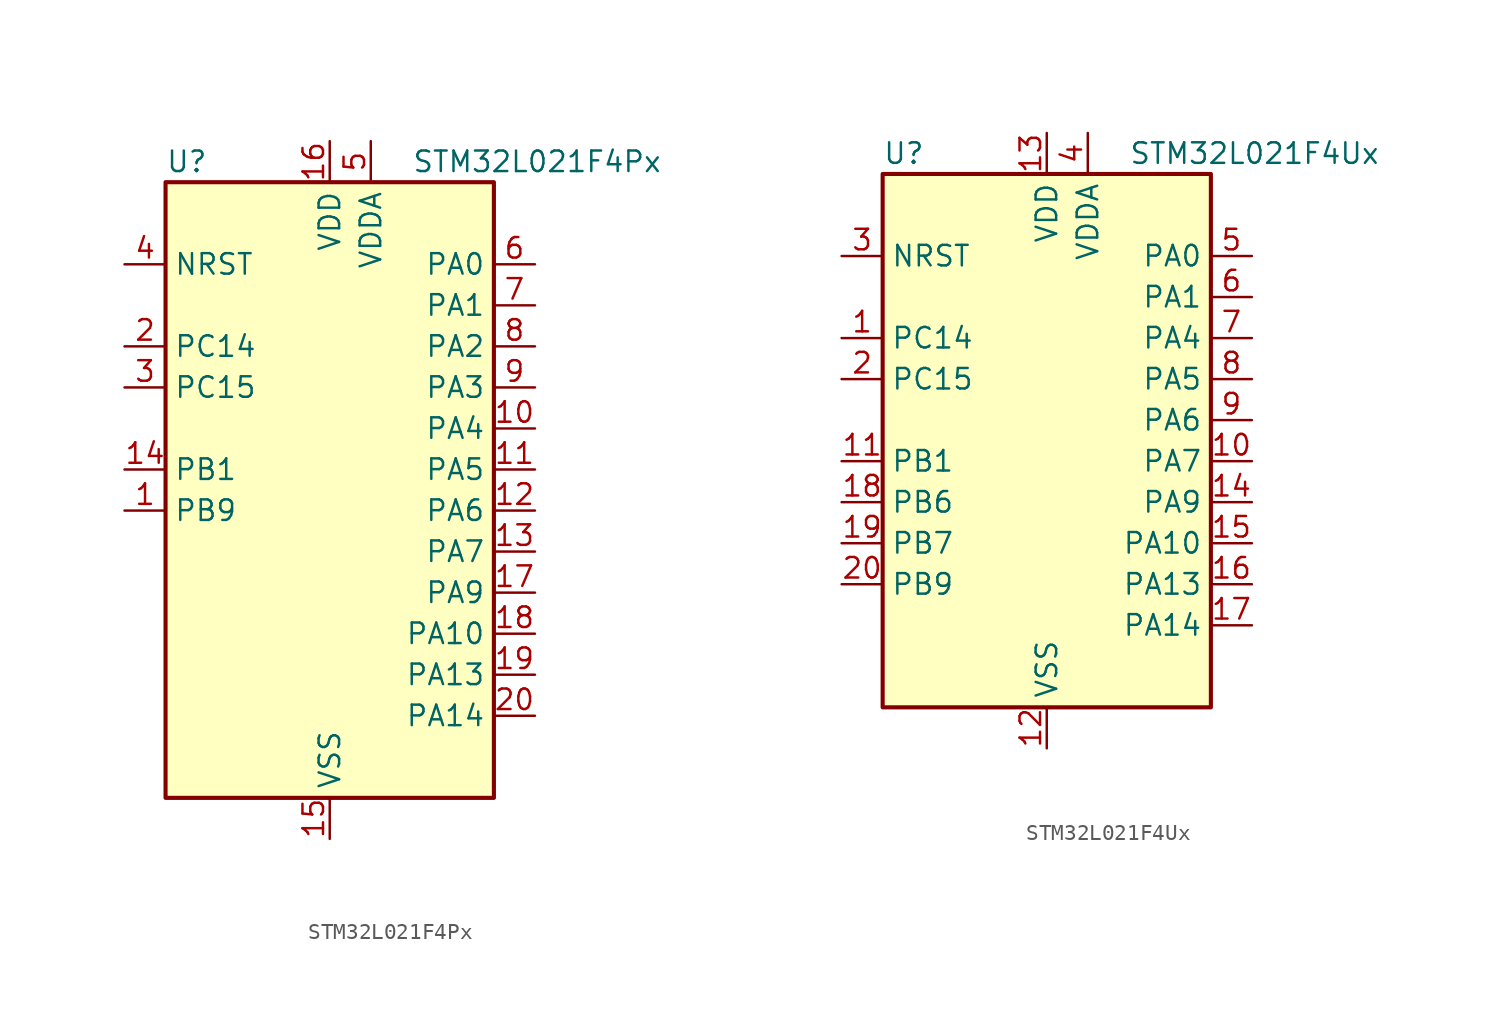
<source format=kicad_sym>
(kicad_symbol_lib
  (version 20241209)
  (generator "kicad_symbol_editor")
  (generator_version "9.0")
  (symbol "STM32L021F4Px"
    (property "Reference" "U"
      (at -10.16 21.59 0)
      (effects (font (size 1.27 1.27)) (justify left)))
    (property "Value" "STM32L021F4Px"
      (at 5.08 21.59 0)
      (effects (font (size 1.27 1.27)) (justify left)))
    (symbol "STM32L021F4Px_0_1"
      (rectangle (start -10.16 -17.78) (end 10.16 20.32) (stroke (width 0.254) (type default)) (fill (type background))))
    (symbol "STM32L021F4Px_1_1"
      (pin input line (at -12.7 15.24 0) (length 2.54) (name "NRST" (effects (font (size 1.27 1.27)))) (number "4" (effects (font (size 1.27 1.27)))))
      (pin bidirectional line (at -12.7 10.16 0) (length 2.54) (name "PC14" (effects (font (size 1.27 1.27)))) (number "2" (effects (font (size 1.27 1.27)))) (alternate "RCC_OSC32_IN" bidirectional line))
      (pin bidirectional line (at -12.7 7.62 0) (length 2.54) (name "PC15" (effects (font (size 1.27 1.27)))) (number "3" (effects (font (size 1.27 1.27)))) (alternate "RCC_OSC32_OUT" bidirectional line))
      (pin bidirectional line (at -12.7 2.54 0) (length 2.54) (name "PB1" (effects (font (size 1.27 1.27)))) (number "14" (effects (font (size 1.27 1.27)))) (alternate "ADC_IN9" bidirectional line) (alternate "LPTIM1_IN1" bidirectional line) (alternate "LPUART1_DE" bidirectional line) (alternate "LPUART1_RTS" bidirectional line) (alternate "SPI1_MOSI" bidirectional line) (alternate "SYS_VREF_OUT_PB1" bidirectional line) (alternate "TIM2_CH4" bidirectional line) (alternate "USART2_CK" bidirectional line))
      (pin bidirectional line (at -12.7 0 0) (length 2.54) (name "PB9" (effects (font (size 1.27 1.27)))) (number "1" (effects (font (size 1.27 1.27)))))
      (pin power_in line (at 0 22.86 270) (length 2.54) (name "VDD" (effects (font (size 1.27 1.27)))) (number "16" (effects (font (size 1.27 1.27)))))
      (pin power_in line (at 0 -20.32 90) (length 2.54) (name "VSS" (effects (font (size 1.27 1.27)))) (number "15" (effects (font (size 1.27 1.27)))))
      (pin power_in line (at 2.54 22.86 270) (length 2.54) (name "VDDA" (effects (font (size 1.27 1.27)))) (number "5" (effects (font (size 1.27 1.27)))))
      (pin bidirectional line (at 12.7 15.24 180) (length 2.54) (name "PA0" (effects (font (size 1.27 1.27)))) (number "6" (effects (font (size 1.27 1.27)))) (alternate "ADC_IN0" bidirectional line) (alternate "COMP1_INM" bidirectional line) (alternate "COMP1_OUT" bidirectional line) (alternate "LPTIM1_IN1" bidirectional line) (alternate "LPUART1_RX" bidirectional line) (alternate "RCC_CK_IN" bidirectional line) (alternate "RTC_TAMP2" bidirectional line) (alternate "SYS_WKUP1" bidirectional line) (alternate "TIM2_CH1" bidirectional line) (alternate "TIM2_ETR" bidirectional line) (alternate "USART2_CTS" bidirectional line) (alternate "USART2_RX" bidirectional line))
      (pin bidirectional line (at 12.7 12.7 180) (length 2.54) (name "PA1" (effects (font (size 1.27 1.27)))) (number "7" (effects (font (size 1.27 1.27)))) (alternate "ADC_IN1" bidirectional line) (alternate "COMP1_INP" bidirectional line) (alternate "I2C1_SMBA" bidirectional line) (alternate "LPTIM1_IN2" bidirectional line) (alternate "LPUART1_TX" bidirectional line) (alternate "TIM21_ETR" bidirectional line) (alternate "TIM2_CH2" bidirectional line) (alternate "USART2_DE" bidirectional line) (alternate "USART2_RTS" bidirectional line))
      (pin bidirectional line (at 12.7 10.16 180) (length 2.54) (name "PA2" (effects (font (size 1.27 1.27)))) (number "8" (effects (font (size 1.27 1.27)))) (alternate "ADC_IN2" bidirectional line) (alternate "COMP2_INM" bidirectional line) (alternate "COMP2_OUT" bidirectional line) (alternate "LPUART1_TX" bidirectional line) (alternate "RTC_OUT_ALARM" bidirectional line) (alternate "RTC_OUT_CALIB" bidirectional line) (alternate "RTC_TAMP3" bidirectional line) (alternate "RTC_TS" bidirectional line) (alternate "SYS_WKUP3" bidirectional line) (alternate "TIM21_CH1" bidirectional line) (alternate "TIM2_CH3" bidirectional line) (alternate "USART2_TX" bidirectional line))
      (pin bidirectional line (at 12.7 7.62 180) (length 2.54) (name "PA3" (effects (font (size 1.27 1.27)))) (number "9" (effects (font (size 1.27 1.27)))) (alternate "ADC_IN3" bidirectional line) (alternate "COMP2_INP" bidirectional line) (alternate "LPUART1_RX" bidirectional line) (alternate "TIM21_CH2" bidirectional line) (alternate "TIM2_CH4" bidirectional line) (alternate "USART2_RX" bidirectional line))
      (pin bidirectional line (at 12.7 5.08 180) (length 2.54) (name "PA4" (effects (font (size 1.27 1.27)))) (number "10" (effects (font (size 1.27 1.27)))) (alternate "ADC_IN4" bidirectional line) (alternate "COMP1_INM" bidirectional line) (alternate "COMP2_INM" bidirectional line) (alternate "COMP2_OUT" bidirectional line) (alternate "I2C1_SCL" bidirectional line) (alternate "LPTIM1_ETR" bidirectional line) (alternate "LPTIM1_IN1" bidirectional line) (alternate "LPUART1_TX" bidirectional line) (alternate "SPI1_NSS" bidirectional line) (alternate "TIM2_ETR" bidirectional line) (alternate "USART2_CK" bidirectional line))
      (pin bidirectional line (at 12.7 2.54 180) (length 2.54) (name "PA5" (effects (font (size 1.27 1.27)))) (number "11" (effects (font (size 1.27 1.27)))) (alternate "ADC_IN5" bidirectional line) (alternate "COMP1_INM" bidirectional line) (alternate "COMP2_INM" bidirectional line) (alternate "LPTIM1_IN2" bidirectional line) (alternate "SPI1_SCK" bidirectional line) (alternate "TIM2_CH1" bidirectional line) (alternate "TIM2_ETR" bidirectional line))
      (pin bidirectional line (at 12.7 0 180) (length 2.54) (name "PA6" (effects (font (size 1.27 1.27)))) (number "12" (effects (font (size 1.27 1.27)))) (alternate "ADC_IN6" bidirectional line) (alternate "COMP1_OUT" bidirectional line) (alternate "LPTIM1_ETR" bidirectional line) (alternate "LPUART1_CTS" bidirectional line) (alternate "SPI1_MISO" bidirectional line))
      (pin bidirectional line (at 12.7 -2.54 180) (length 2.54) (name "PA7" (effects (font (size 1.27 1.27)))) (number "13" (effects (font (size 1.27 1.27)))) (alternate "ADC_IN7" bidirectional line) (alternate "COMP2_INP" bidirectional line) (alternate "COMP2_OUT" bidirectional line) (alternate "LPTIM1_OUT" bidirectional line) (alternate "SPI1_MOSI" bidirectional line) (alternate "TIM21_ETR" bidirectional line) (alternate "USART2_CTS" bidirectional line))
      (pin bidirectional line (at 12.7 -5.08 180) (length 2.54) (name "PA9" (effects (font (size 1.27 1.27)))) (number "17" (effects (font (size 1.27 1.27)))) (alternate "COMP1_OUT" bidirectional line) (alternate "I2C1_SCL" bidirectional line) (alternate "LPTIM1_OUT" bidirectional line) (alternate "RCC_MCO" bidirectional line) (alternate "TIM21_CH2" bidirectional line) (alternate "USART2_TX" bidirectional line))
      (pin bidirectional line (at 12.7 -7.62 180) (length 2.54) (name "PA10" (effects (font (size 1.27 1.27)))) (number "18" (effects (font (size 1.27 1.27)))) (alternate "COMP1_OUT" bidirectional line) (alternate "I2C1_SDA" bidirectional line) (alternate "RTC_REFIN" bidirectional line) (alternate "TIM21_CH1" bidirectional line) (alternate "TIM2_CH3" bidirectional line) (alternate "USART2_RX" bidirectional line))
      (pin bidirectional line (at 12.7 -10.16 180) (length 2.54) (name "PA13" (effects (font (size 1.27 1.27)))) (number "19" (effects (font (size 1.27 1.27)))) (alternate "COMP1_OUT" bidirectional line) (alternate "I2C1_SDA" bidirectional line) (alternate "LPTIM1_ETR" bidirectional line) (alternate "LPUART1_RX" bidirectional line) (alternate "SPI1_SCK" bidirectional line) (alternate "SYS_SWDIO" bidirectional line))
      (pin bidirectional line (at 12.7 -12.7 180) (length 2.54) (name "PA14" (effects (font (size 1.27 1.27)))) (number "20" (effects (font (size 1.27 1.27)))) (alternate "COMP2_OUT" bidirectional line) (alternate "I2C1_SMBA" bidirectional line) (alternate "LPTIM1_OUT" bidirectional line) (alternate "LPUART1_TX" bidirectional line) (alternate "SPI1_MISO" bidirectional line) (alternate "SYS_SWCLK" bidirectional line) (alternate "USART2_TX" bidirectional line))))
  (symbol "STM32L021F4Ux"
    (property "Reference" "U"
      (at -10.16 19.05 0)
      (effects (font (size 1.27 1.27)) (justify left)))
    (property "Value" "STM32L021F4Ux"
      (at 5.08 19.05 0)
      (effects (font (size 1.27 1.27)) (justify left)))
    (symbol "STM32L021F4Ux_0_1"
      (rectangle (start -10.16 -15.24) (end 10.16 17.78) (stroke (width 0.254) (type default)) (fill (type background))))
    (symbol "STM32L021F4Ux_1_1"
      (pin input line (at -12.7 12.7 0) (length 2.54) (name "NRST" (effects (font (size 1.27 1.27)))) (number "3" (effects (font (size 1.27 1.27)))))
      (pin bidirectional line (at -12.7 7.62 0) (length 2.54) (name "PC14" (effects (font (size 1.27 1.27)))) (number "1" (effects (font (size 1.27 1.27)))) (alternate "RCC_OSC32_IN" bidirectional line))
      (pin bidirectional line (at -12.7 5.08 0) (length 2.54) (name "PC15" (effects (font (size 1.27 1.27)))) (number "2" (effects (font (size 1.27 1.27)))) (alternate "RCC_OSC32_OUT" bidirectional line))
      (pin bidirectional line (at -12.7 0 0) (length 2.54) (name "PB1" (effects (font (size 1.27 1.27)))) (number "11" (effects (font (size 1.27 1.27)))) (alternate "ADC_IN9" bidirectional line) (alternate "LPTIM1_IN1" bidirectional line) (alternate "LPUART1_DE" bidirectional line) (alternate "LPUART1_RTS" bidirectional line) (alternate "SPI1_MOSI" bidirectional line) (alternate "SYS_VREF_OUT_PB1" bidirectional line) (alternate "TIM2_CH4" bidirectional line) (alternate "USART2_CK" bidirectional line))
      (pin bidirectional line (at -12.7 -2.54 0) (length 2.54) (name "PB6" (effects (font (size 1.27 1.27)))) (number "18" (effects (font (size 1.27 1.27)))) (alternate "COMP2_INP" bidirectional line) (alternate "I2C1_SCL" bidirectional line) (alternate "LPTIM1_ETR" bidirectional line) (alternate "LPUART1_TX" bidirectional line) (alternate "TIM2_CH3" bidirectional line) (alternate "USART2_TX" bidirectional line))
      (pin bidirectional line (at -12.7 -5.08 0) (length 2.54) (name "PB7" (effects (font (size 1.27 1.27)))) (number "19" (effects (font (size 1.27 1.27)))) (alternate "COMP2_INP" bidirectional line) (alternate "I2C1_SDA" bidirectional line) (alternate "LPTIM1_IN2" bidirectional line) (alternate "LPUART1_RX" bidirectional line) (alternate "SYS_PVD_IN" bidirectional line) (alternate "TIM2_CH4" bidirectional line) (alternate "USART2_RX" bidirectional line))
      (pin bidirectional line (at -12.7 -7.62 0) (length 2.54) (name "PB9" (effects (font (size 1.27 1.27)))) (number "20" (effects (font (size 1.27 1.27)))))
      (pin power_in line (at 0 20.32 270) (length 2.54) (name "VDD" (effects (font (size 1.27 1.27)))) (number "13" (effects (font (size 1.27 1.27)))))
      (pin power_in line (at 0 -17.78 90) (length 2.54) (name "VSS" (effects (font (size 1.27 1.27)))) (number "12" (effects (font (size 1.27 1.27)))))
      (pin power_in line (at 2.54 20.32 270) (length 2.54) (name "VDDA" (effects (font (size 1.27 1.27)))) (number "4" (effects (font (size 1.27 1.27)))))
      (pin bidirectional line (at 12.7 12.7 180) (length 2.54) (name "PA0" (effects (font (size 1.27 1.27)))) (number "5" (effects (font (size 1.27 1.27)))) (alternate "ADC_IN0" bidirectional line) (alternate "COMP1_INM" bidirectional line) (alternate "COMP1_OUT" bidirectional line) (alternate "LPTIM1_IN1" bidirectional line) (alternate "LPUART1_RX" bidirectional line) (alternate "RCC_CK_IN" bidirectional line) (alternate "RTC_TAMP2" bidirectional line) (alternate "SYS_WKUP1" bidirectional line) (alternate "TIM2_CH1" bidirectional line) (alternate "TIM2_ETR" bidirectional line) (alternate "USART2_CTS" bidirectional line) (alternate "USART2_RX" bidirectional line))
      (pin bidirectional line (at 12.7 10.16 180) (length 2.54) (name "PA1" (effects (font (size 1.27 1.27)))) (number "6" (effects (font (size 1.27 1.27)))) (alternate "ADC_IN1" bidirectional line) (alternate "COMP1_INP" bidirectional line) (alternate "I2C1_SMBA" bidirectional line) (alternate "LPTIM1_IN2" bidirectional line) (alternate "LPUART1_TX" bidirectional line) (alternate "TIM21_ETR" bidirectional line) (alternate "TIM2_CH2" bidirectional line) (alternate "USART2_DE" bidirectional line) (alternate "USART2_RTS" bidirectional line))
      (pin bidirectional line (at 12.7 7.62 180) (length 2.54) (name "PA4" (effects (font (size 1.27 1.27)))) (number "7" (effects (font (size 1.27 1.27)))) (alternate "ADC_IN4" bidirectional line) (alternate "COMP1_INM" bidirectional line) (alternate "COMP2_INM" bidirectional line) (alternate "COMP2_OUT" bidirectional line) (alternate "I2C1_SCL" bidirectional line) (alternate "LPTIM1_ETR" bidirectional line) (alternate "LPTIM1_IN1" bidirectional line) (alternate "LPUART1_TX" bidirectional line) (alternate "SPI1_NSS" bidirectional line) (alternate "TIM2_ETR" bidirectional line) (alternate "USART2_CK" bidirectional line))
      (pin bidirectional line (at 12.7 5.08 180) (length 2.54) (name "PA5" (effects (font (size 1.27 1.27)))) (number "8" (effects (font (size 1.27 1.27)))) (alternate "ADC_IN5" bidirectional line) (alternate "COMP1_INM" bidirectional line) (alternate "COMP2_INM" bidirectional line) (alternate "LPTIM1_IN2" bidirectional line) (alternate "SPI1_SCK" bidirectional line) (alternate "TIM2_CH1" bidirectional line) (alternate "TIM2_ETR" bidirectional line))
      (pin bidirectional line (at 12.7 2.54 180) (length 2.54) (name "PA6" (effects (font (size 1.27 1.27)))) (number "9" (effects (font (size 1.27 1.27)))) (alternate "ADC_IN6" bidirectional line) (alternate "COMP1_OUT" bidirectional line) (alternate "LPTIM1_ETR" bidirectional line) (alternate "LPUART1_CTS" bidirectional line) (alternate "SPI1_MISO" bidirectional line))
      (pin bidirectional line (at 12.7 0 180) (length 2.54) (name "PA7" (effects (font (size 1.27 1.27)))) (number "10" (effects (font (size 1.27 1.27)))) (alternate "ADC_IN7" bidirectional line) (alternate "COMP2_INP" bidirectional line) (alternate "COMP2_OUT" bidirectional line) (alternate "LPTIM1_OUT" bidirectional line) (alternate "SPI1_MOSI" bidirectional line) (alternate "TIM21_ETR" bidirectional line) (alternate "USART2_CTS" bidirectional line))
      (pin bidirectional line (at 12.7 -2.54 180) (length 2.54) (name "PA9" (effects (font (size 1.27 1.27)))) (number "14" (effects (font (size 1.27 1.27)))) (alternate "COMP1_OUT" bidirectional line) (alternate "I2C1_SCL" bidirectional line) (alternate "LPTIM1_OUT" bidirectional line) (alternate "RCC_MCO" bidirectional line) (alternate "TIM21_CH2" bidirectional line) (alternate "USART2_TX" bidirectional line))
      (pin bidirectional line (at 12.7 -5.08 180) (length 2.54) (name "PA10" (effects (font (size 1.27 1.27)))) (number "15" (effects (font (size 1.27 1.27)))) (alternate "COMP1_OUT" bidirectional line) (alternate "I2C1_SDA" bidirectional line) (alternate "RTC_REFIN" bidirectional line) (alternate "TIM21_CH1" bidirectional line) (alternate "TIM2_CH3" bidirectional line) (alternate "USART2_RX" bidirectional line))
      (pin bidirectional line (at 12.7 -7.62 180) (length 2.54) (name "PA13" (effects (font (size 1.27 1.27)))) (number "16" (effects (font (size 1.27 1.27)))) (alternate "COMP1_OUT" bidirectional line) (alternate "I2C1_SDA" bidirectional line) (alternate "LPTIM1_ETR" bidirectional line) (alternate "LPUART1_RX" bidirectional line) (alternate "SPI1_SCK" bidirectional line) (alternate "SYS_SWDIO" bidirectional line))
      (pin bidirectional line (at 12.7 -10.16 180) (length 2.54) (name "PA14" (effects (font (size 1.27 1.27)))) (number "17" (effects (font (size 1.27 1.27)))) (alternate "COMP2_OUT" bidirectional line) (alternate "I2C1_SMBA" bidirectional line) (alternate "LPTIM1_OUT" bidirectional line) (alternate "LPUART1_TX" bidirectional line) (alternate "SPI1_MISO" bidirectional line) (alternate "SYS_SWCLK" bidirectional line) (alternate "USART2_TX" bidirectional line)))))
</source>
